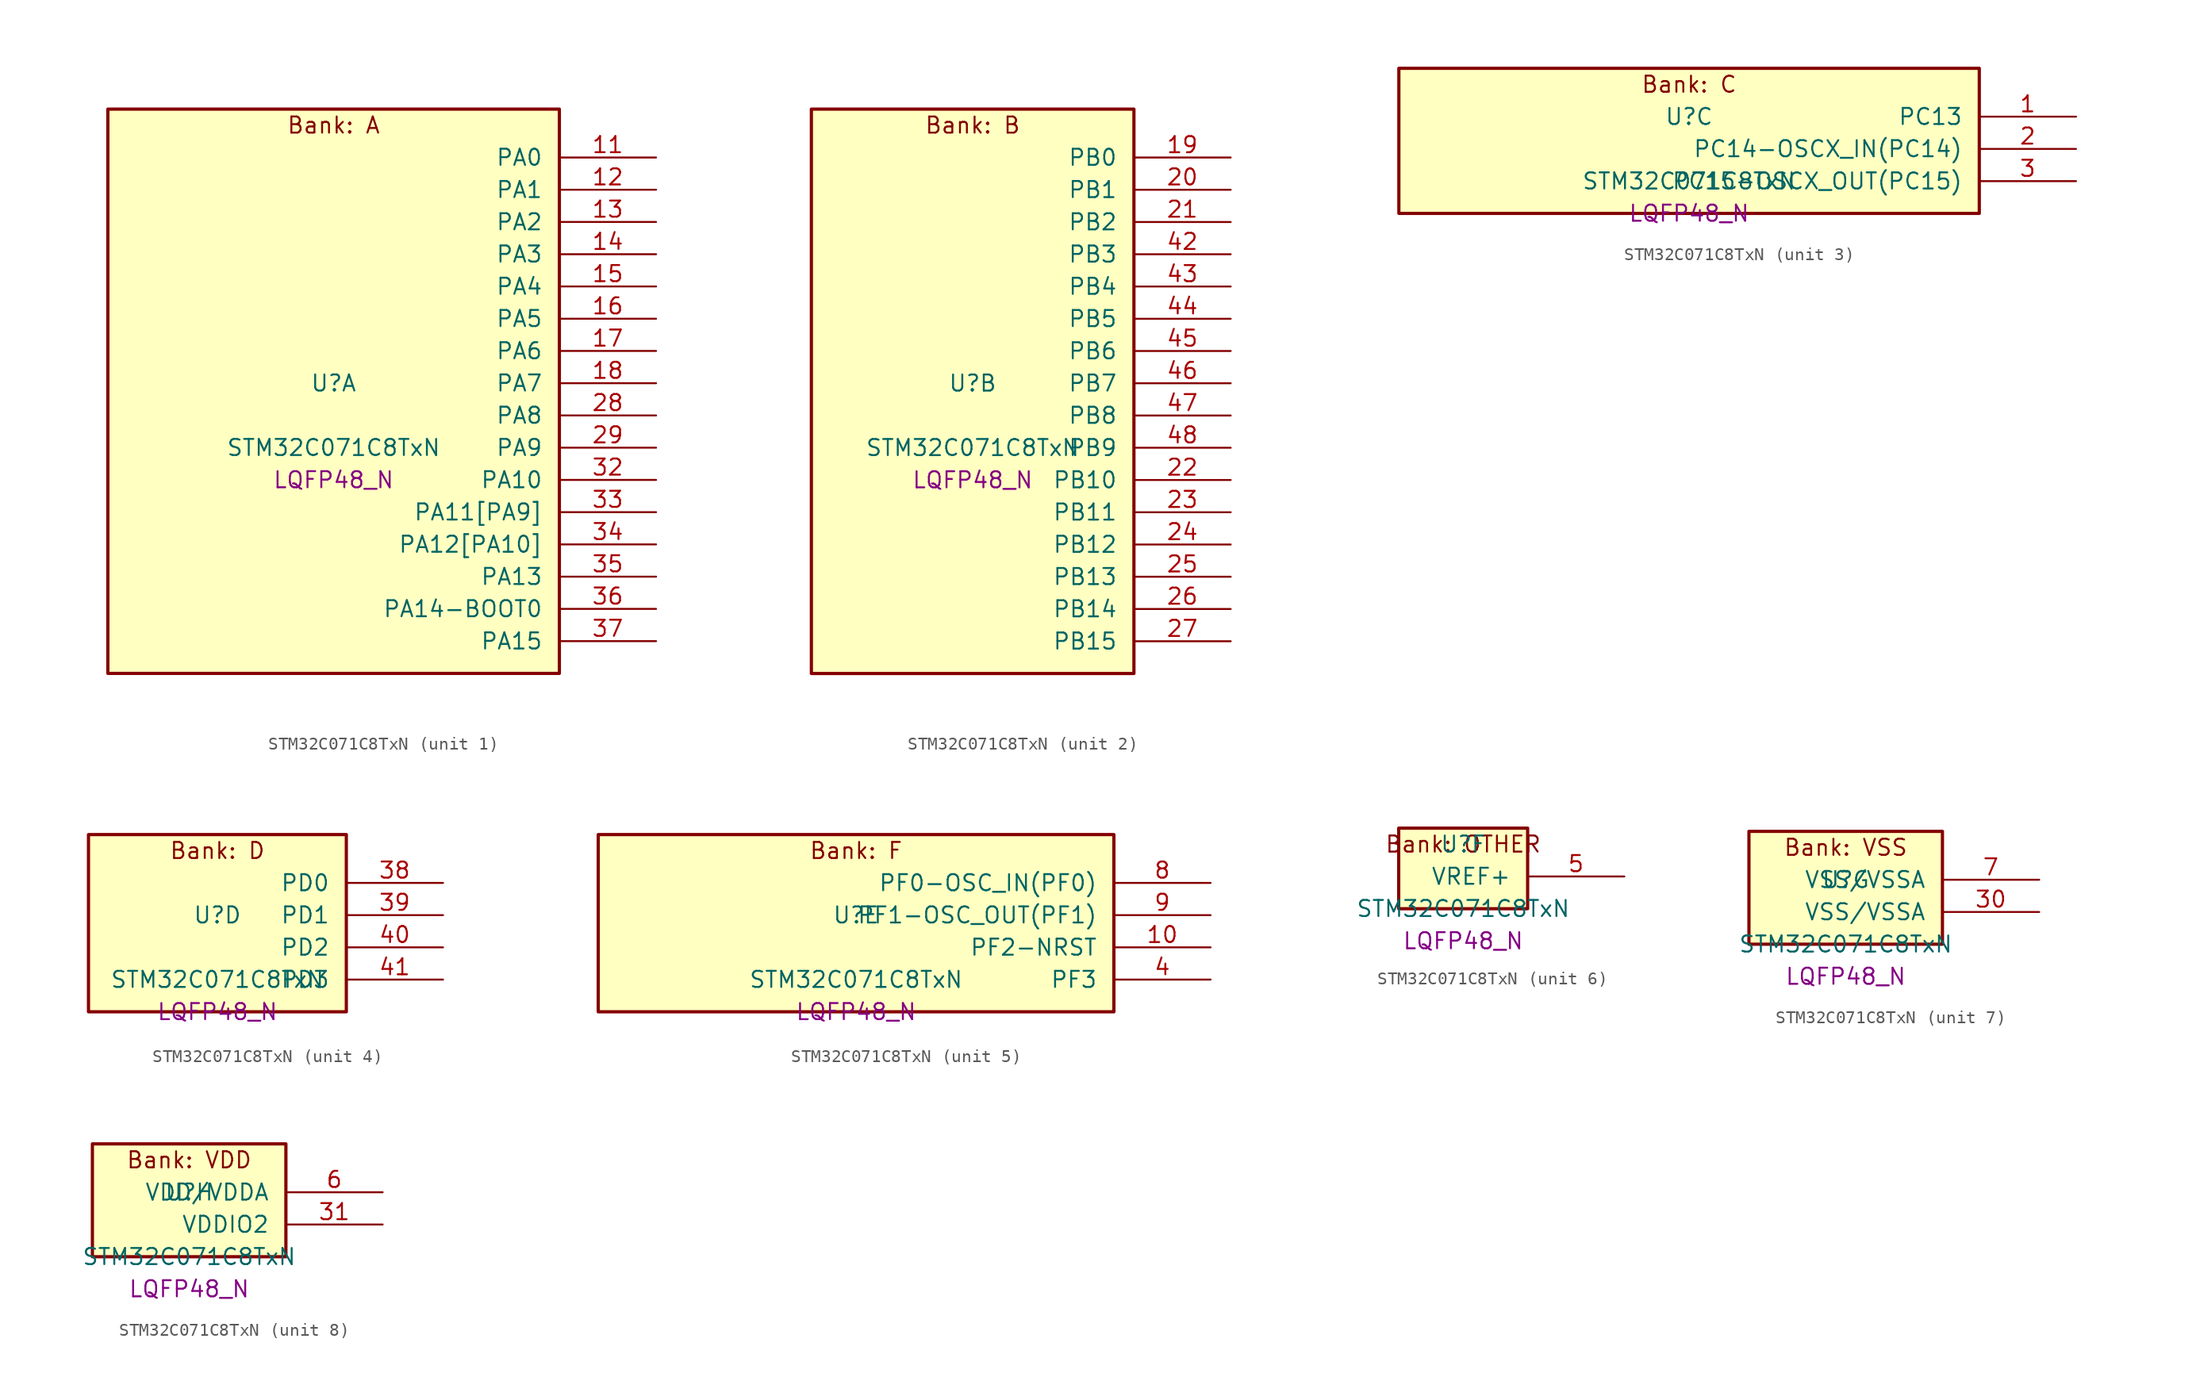
<source format=kicad_sym>
(kicad_symbol_lib
  (version 20241209)
  (generator "stm32_pkl_generator")
  (generator_version "1.0")
  (symbol "STM32C071C8TxN"
    (pin_names
      (offset 1.27))
    (property "Reference" "U"
      (at 0 2.54 0))
    (property "Value" "STM32C071C8TxN"
      (at 0 -2.54 0))
    (property "Footprint" "LQFP48_N"
      (at 0 -5.08 0))
    (symbol "STM32C071C8TxN_1_1"
      (rectangle (start -17.78 24.13) (end 17.78 -20.32) (stroke (width 0.254) (type solid)) (fill (type background)))
      (text "Bank: A" (at 0 22.86 0))
      (pin bidirectional line (at 25.4 20.32 180) (length 7.62) (name "PA0") (number "11") (alternate "PA0/ADC1_IN0" bidirectional line) (alternate "PA0/PWR_WKUP1" bidirectional line) (alternate "PA0/SPI2_SCK" bidirectional line) (alternate "PA0/TIM16_CH1" bidirectional line) (alternate "PA0/TIM1_CH1" bidirectional line) (alternate "PA0/TIM2_CH1" bidirectional line) (alternate "PA0/TIM2_ETR" bidirectional line) (alternate "PA0/USART1_TX" bidirectional line) (alternate "PA0/USART2_CTS" bidirectional line) (alternate "PA0/USART2_NSS" bidirectional line))
      (pin bidirectional line (at 25.4 17.78 180) (length 7.62) (name "PA1") (number "12") (alternate "PA1/ADC1_IN1" bidirectional line) (alternate "PA1/I2C1_SMBA" bidirectional line) (alternate "PA1/I2S1_CK" bidirectional line) (alternate "PA1/SPI1_SCK" bidirectional line) (alternate "PA1/TIM17_CH1" bidirectional line) (alternate "PA1/TIM1_CH2" bidirectional line) (alternate "PA1/TIM2_CH2" bidirectional line) (alternate "PA1/USART1_RX" bidirectional line) (alternate "PA1/USART2_CK" bidirectional line) (alternate "PA1/USART2_DE" bidirectional line) (alternate "PA1/USART2_RTS" bidirectional line))
      (pin bidirectional line (at 25.4 15.24 180) (length 7.62) (name "PA2") (number "13") (alternate "PA2/ADC1_IN2" bidirectional line) (alternate "PA2/I2S1_SD" bidirectional line) (alternate "PA2/PWR_WKUP4" bidirectional line) (alternate "PA2/RCC_LSCO" bidirectional line) (alternate "PA2/SPI1_MOSI" bidirectional line) (alternate "PA2/TIM16_CH1N" bidirectional line) (alternate "PA2/TIM1_CH3" bidirectional line) (alternate "PA2/TIM2_CH3" bidirectional line) (alternate "PA2/TIM3_ETR" bidirectional line) (alternate "PA2/USART2_TX" bidirectional line))
      (pin bidirectional line (at 25.4 12.7 180) (length 7.62) (name "PA3") (number "14") (alternate "PA3/ADC1_IN3" bidirectional line) (alternate "PA3/SPI2_MISO" bidirectional line) (alternate "PA3/TIM1_CH1N" bidirectional line) (alternate "PA3/TIM1_CH4" bidirectional line) (alternate "PA3/TIM2_CH4" bidirectional line) (alternate "PA3/USART2_RX" bidirectional line))
      (pin bidirectional line (at 25.4 10.16 180) (length 7.62) (name "PA4") (number "15") (alternate "PA4/ADC1_IN4" bidirectional line) (alternate "PA4/I2S1_WS" bidirectional line) (alternate "PA4/RTC_OUT2" bidirectional line) (alternate "PA4/SPI1_NSS" bidirectional line) (alternate "PA4/SPI2_MOSI" bidirectional line) (alternate "PA4/TIM14_CH1" bidirectional line) (alternate "PA4/TIM17_CH1N" bidirectional line) (alternate "PA4/TIM1_CH2N" bidirectional line) (alternate "PA4/USART2_TX" bidirectional line) (alternate "PA4/USB_NOE" bidirectional line))
      (pin bidirectional line (at 25.4 7.62 180) (length 7.62) (name "PA5") (number "16") (alternate "PA5/ADC1_IN5" bidirectional line) (alternate "PA5/I2S1_CK" bidirectional line) (alternate "PA5/SPI1_SCK" bidirectional line) (alternate "PA5/TIM1_CH1" bidirectional line) (alternate "PA5/TIM1_CH3N" bidirectional line) (alternate "PA5/TIM2_CH1" bidirectional line) (alternate "PA5/TIM2_ETR" bidirectional line) (alternate "PA5/USART2_RX" bidirectional line))
      (pin bidirectional line (at 25.4 5.08 180) (length 7.62) (name "PA6") (number "17") (alternate "PA6/ADC1_IN6" bidirectional line) (alternate "PA6/I2C2_SDA" bidirectional line) (alternate "PA6/I2S1_MCK" bidirectional line) (alternate "PA6/SPI1_MISO" bidirectional line) (alternate "PA6/TIM16_CH1" bidirectional line) (alternate "PA6/TIM1_BKIN" bidirectional line) (alternate "PA6/TIM3_CH1" bidirectional line))
      (pin bidirectional line (at 25.4 2.54 180) (length 7.62) (name "PA7") (number "18") (alternate "PA7/ADC1_IN7" bidirectional line) (alternate "PA7/I2C2_SCL" bidirectional line) (alternate "PA7/I2S1_SD" bidirectional line) (alternate "PA7/SPI1_MOSI" bidirectional line) (alternate "PA7/TIM14_CH1" bidirectional line) (alternate "PA7/TIM17_CH1" bidirectional line) (alternate "PA7/TIM1_CH1N" bidirectional line) (alternate "PA7/TIM3_CH2" bidirectional line))
      (pin bidirectional line (at 25.4 0 180) (length 7.62) (name "PA8") (number "28") (alternate "PA8/ADC1_IN8" bidirectional line) (alternate "PA8/CRS_SYNC" bidirectional line) (alternate "PA8/I2S1_WS" bidirectional line) (alternate "PA8/RCC_MCO" bidirectional line) (alternate "PA8/RCC_MCO_2" bidirectional line) (alternate "PA8/SPI1_NSS" bidirectional line) (alternate "PA8/SPI2_MISO" bidirectional line) (alternate "PA8/SPI2_NSS" bidirectional line) (alternate "PA8/TIM14_CH1" bidirectional line) (alternate "PA8/TIM1_CH1" bidirectional line) (alternate "PA8/TIM1_CH2N" bidirectional line) (alternate "PA8/TIM1_CH3N" bidirectional line) (alternate "PA8/TIM3_CH3" bidirectional line) (alternate "PA8/TIM3_CH4" bidirectional line) (alternate "PA8/USART1_RX" bidirectional line) (alternate "PA8/USART2_TX" bidirectional line))
      (pin bidirectional line (at 25.4 -2.54 180) (length 7.62) (name "PA9") (number "29") (alternate "PA9/I2C1_SCL" bidirectional line) (alternate "PA9/I2C2_SCL" bidirectional line) (alternate "PA9/RCC_MCO" bidirectional line) (alternate "PA9/SPI2_MISO" bidirectional line) (alternate "PA9/TIM1_CH2" bidirectional line) (alternate "PA9/TIM3_ETR" bidirectional line) (alternate "PA9/USART1_TX" bidirectional line) (alternate "PA9/NC" bidirectional line))
      (pin bidirectional line (at 25.4 -5.08 180) (length 7.62) (name "PA10") (number "32") (alternate "PA10/I2C1_SDA" bidirectional line) (alternate "PA10/I2C2_SDA" bidirectional line) (alternate "PA10/RCC_MCO_2" bidirectional line) (alternate "PA10/SPI2_MOSI" bidirectional line) (alternate "PA10/TIM17_BKIN" bidirectional line) (alternate "PA10/TIM1_CH3" bidirectional line) (alternate "PA10/USART1_RX" bidirectional line) (alternate "PA10/NC" bidirectional line))
      (pin bidirectional line (at 25.4 -7.62 180) (length 7.62) (name "PA11[PA9]") (number "33") (alternate "PA11[PA9]/ADC1_EXTI11" bidirectional line) (alternate "PA11[PA9]/I2C2_SCL" bidirectional line) (alternate "PA11[PA9]/I2S1_MCK" bidirectional line) (alternate "PA11[PA9]/SPI1_MISO" bidirectional line) (alternate "PA11[PA9]/TIM1_BKIN2" bidirectional line) (alternate "PA11[PA9]/TIM1_CH4" bidirectional line) (alternate "PA11[PA9]/USART1_CTS" bidirectional line) (alternate "PA11[PA9]/USART1_NSS" bidirectional line) (alternate "PA11[PA9]/USB_DM" bidirectional line) (alternate "PA11[PA9]/PA9[PA11]" bidirectional line) (alternate "PA11[PA9]/I2C1_SCL" bidirectional line) (alternate "PA11[PA9]/RCC_MCO" bidirectional line) (alternate "PA11[PA9]/SPI2_MISO" bidirectional line) (alternate "PA11[PA9]/TIM1_CH2" bidirectional line) (alternate "PA11[PA9]/TIM3_ETR" bidirectional line) (alternate "PA11[PA9]/USART1_TX" bidirectional line))
      (pin bidirectional line (at 25.4 -10.16 180) (length 7.62) (name "PA12[PA10]") (number "34") (alternate "PA12[PA10]/I2C2_SDA" bidirectional line) (alternate "PA12[PA10]/I2S1_SD" bidirectional line) (alternate "PA12[PA10]/I2S_CKIN" bidirectional line) (alternate "PA12[PA10]/SPI1_MOSI" bidirectional line) (alternate "PA12[PA10]/TIM1_ETR" bidirectional line) (alternate "PA12[PA10]/USART1_CK" bidirectional line) (alternate "PA12[PA10]/USART1_DE" bidirectional line) (alternate "PA12[PA10]/USART1_RTS" bidirectional line) (alternate "PA12[PA10]/USB_DP" bidirectional line) (alternate "PA12[PA10]/PA10[PA12]" bidirectional line) (alternate "PA12[PA10]/I2C1_SDA" bidirectional line) (alternate "PA12[PA10]/RCC_MCO_2" bidirectional line) (alternate "PA12[PA10]/SPI2_MOSI" bidirectional line) (alternate "PA12[PA10]/TIM17_BKIN" bidirectional line) (alternate "PA12[PA10]/TIM1_CH3" bidirectional line) (alternate "PA12[PA10]/USART1_RX" bidirectional line))
      (pin bidirectional line (at 25.4 -12.7 180) (length 7.62) (name "PA13") (number "35") (alternate "PA13/ADC1_IN13" bidirectional line) (alternate "PA13/DEBUG_SWDIO" bidirectional line) (alternate "PA13/IR_OUT" bidirectional line) (alternate "PA13/TIM3_ETR" bidirectional line) (alternate "PA13/USART2_RX" bidirectional line) (alternate "PA13/USB_NOE" bidirectional line))
      (pin bidirectional line (at 25.4 -15.24 180) (length 7.62) (name "PA14-BOOT0") (number "36") (alternate "PA14-BOOT0/ADC1_IN14" bidirectional line) (alternate "PA14-BOOT0/DEBUG_SWCLK" bidirectional line) (alternate "PA14-BOOT0/I2S1_WS" bidirectional line) (alternate "PA14-BOOT0/RCC_MCO_2" bidirectional line) (alternate "PA14-BOOT0/SPI1_NSS" bidirectional line) (alternate "PA14-BOOT0/TIM1_CH1" bidirectional line) (alternate "PA14-BOOT0/USART1_CK" bidirectional line) (alternate "PA14-BOOT0/USART1_DE" bidirectional line) (alternate "PA14-BOOT0/USART1_RTS" bidirectional line) (alternate "PA14-BOOT0/USART2_RX" bidirectional line) (alternate "PA14-BOOT0/USART2_TX" bidirectional line))
      (pin bidirectional line (at 25.4 -17.78 180) (length 7.62) (name "PA15") (number "37") (alternate "PA15/I2S1_WS" bidirectional line) (alternate "PA15/RCC_MCO_2" bidirectional line) (alternate "PA15/SPI1_NSS" bidirectional line) (alternate "PA15/TIM1_CH1" bidirectional line) (alternate "PA15/TIM2_CH1" bidirectional line) (alternate "PA15/TIM2_ETR" bidirectional line) (alternate "PA15/USART1_CK" bidirectional line) (alternate "PA15/USART1_DE" bidirectional line) (alternate "PA15/USART1_RTS" bidirectional line) (alternate "PA15/USART2_RX" bidirectional line) (alternate "PA15/USB_NOE" bidirectional line)))
    (symbol "STM32C071C8TxN_2_1"
      (rectangle (start -12.7 24.13) (end 12.7 -20.32) (stroke (width 0.254) (type solid)) (fill (type background)))
      (text "Bank: B" (at 0 22.86 0))
      (pin bidirectional line (at 20.32 20.32 180) (length 7.62) (name "PB0") (number "19") (alternate "PB0/ADC1_IN17" bidirectional line) (alternate "PB0/I2S1_WS" bidirectional line) (alternate "PB0/SPI1_NSS" bidirectional line) (alternate "PB0/TIM1_CH2N" bidirectional line) (alternate "PB0/TIM3_CH3" bidirectional line))
      (pin bidirectional line (at 20.32 17.78 180) (length 7.62) (name "PB1") (number "20") (alternate "PB1/ADC1_IN18" bidirectional line) (alternate "PB1/TIM14_CH1" bidirectional line) (alternate "PB1/TIM1_CH2N" bidirectional line) (alternate "PB1/TIM1_CH3N" bidirectional line) (alternate "PB1/TIM3_CH4" bidirectional line))
      (pin bidirectional line (at 20.32 15.24 180) (length 7.62) (name "PB2") (number "21") (alternate "PB2/ADC1_IN19" bidirectional line) (alternate "PB2/RCC_MCO_2" bidirectional line) (alternate "PB2/SPI2_MISO" bidirectional line) (alternate "PB2/USART1_RX" bidirectional line))
      (pin bidirectional line (at 20.32 12.7 180) (length 7.62) (name "PB3") (number "42") (alternate "PB3/I2C2_SCL" bidirectional line) (alternate "PB3/I2S1_CK" bidirectional line) (alternate "PB3/SPI1_SCK" bidirectional line) (alternate "PB3/TIM1_CH2" bidirectional line) (alternate "PB3/TIM2_CH2" bidirectional line) (alternate "PB3/TIM3_CH2" bidirectional line) (alternate "PB3/USART1_CK" bidirectional line) (alternate "PB3/USART1_DE" bidirectional line) (alternate "PB3/USART1_RTS" bidirectional line))
      (pin bidirectional line (at 20.32 10.16 180) (length 7.62) (name "PB4") (number "43") (alternate "PB4/I2C2_SDA" bidirectional line) (alternate "PB4/I2S1_MCK" bidirectional line) (alternate "PB4/SPI1_MISO" bidirectional line) (alternate "PB4/TIM17_BKIN" bidirectional line) (alternate "PB4/TIM3_CH1" bidirectional line) (alternate "PB4/USART1_CTS" bidirectional line) (alternate "PB4/USART1_NSS" bidirectional line))
      (pin bidirectional line (at 20.32 7.62 180) (length 7.62) (name "PB5") (number "44") (alternate "PB5/I2C1_SMBA" bidirectional line) (alternate "PB5/I2S1_SD" bidirectional line) (alternate "PB5/PWR_WKUP6" bidirectional line) (alternate "PB5/SPI1_MOSI" bidirectional line) (alternate "PB5/TIM16_BKIN" bidirectional line) (alternate "PB5/TIM3_CH2" bidirectional line) (alternate "PB5/TIM3_CH3" bidirectional line))
      (pin bidirectional line (at 20.32 5.08 180) (length 7.62) (name "PB6") (number "45") (alternate "PB6/I2C1_SCL" bidirectional line) (alternate "PB6/I2C1_SMBA" bidirectional line) (alternate "PB6/I2S1_CK" bidirectional line) (alternate "PB6/I2S1_MCK" bidirectional line) (alternate "PB6/I2S1_SD" bidirectional line) (alternate "PB6/PWR_WKUP3" bidirectional line) (alternate "PB6/SPI1_MISO" bidirectional line) (alternate "PB6/SPI1_MOSI" bidirectional line) (alternate "PB6/SPI1_SCK" bidirectional line) (alternate "PB6/SPI2_MISO" bidirectional line) (alternate "PB6/TIM16_BKIN" bidirectional line) (alternate "PB6/TIM16_CH1N" bidirectional line) (alternate "PB6/TIM17_BKIN" bidirectional line) (alternate "PB6/TIM1_CH2" bidirectional line) (alternate "PB6/TIM1_CH3" bidirectional line) (alternate "PB6/TIM3_CH1" bidirectional line) (alternate "PB6/TIM3_CH2" bidirectional line) (alternate "PB6/TIM3_CH3" bidirectional line) (alternate "PB6/USART1_CTS" bidirectional line) (alternate "PB6/USART1_NSS" bidirectional line) (alternate "PB6/USART1_TX" bidirectional line))
      (pin bidirectional line (at 20.32 2.54 180) (length 7.62) (name "PB7") (number "46") (alternate "PB7/I2C1_SCL" bidirectional line) (alternate "PB7/I2C1_SDA" bidirectional line) (alternate "PB7/SPI2_MOSI" bidirectional line) (alternate "PB7/TIM16_CH1" bidirectional line) (alternate "PB7/TIM17_CH1N" bidirectional line) (alternate "PB7/TIM1_CH4" bidirectional line) (alternate "PB7/TIM3_CH1" bidirectional line) (alternate "PB7/TIM3_CH4" bidirectional line) (alternate "PB7/USART1_RX" bidirectional line) (alternate "PB7/USART2_CTS" bidirectional line) (alternate "PB7/USART2_NSS" bidirectional line))
      (pin bidirectional line (at 20.32 0 180) (length 7.62) (name "PB8") (number "47") (alternate "PB8/I2C1_SCL" bidirectional line) (alternate "PB8/SPI2_SCK" bidirectional line) (alternate "PB8/TIM16_CH1" bidirectional line) (alternate "PB8/TIM3_CH1" bidirectional line) (alternate "PB8/USART2_CTS" bidirectional line) (alternate "PB8/USART2_NSS" bidirectional line))
      (pin bidirectional line (at 20.32 -2.54 180) (length 7.62) (name "PB9") (number "48") (alternate "PB9/I2C1_SDA" bidirectional line) (alternate "PB9/IR_OUT" bidirectional line) (alternate "PB9/SPI2_NSS" bidirectional line) (alternate "PB9/TIM17_CH1" bidirectional line) (alternate "PB9/TIM3_CH2" bidirectional line) (alternate "PB9/USART2_CK" bidirectional line) (alternate "PB9/USART2_DE" bidirectional line) (alternate "PB9/USART2_RTS" bidirectional line))
      (pin bidirectional line (at 20.32 -5.08 180) (length 7.62) (name "PB10") (number "22") (alternate "PB10/ADC1_IN20" bidirectional line) (alternate "PB10/I2C2_SCL" bidirectional line) (alternate "PB10/SPI2_SCK" bidirectional line) (alternate "PB10/TIM2_CH3" bidirectional line))
      (pin bidirectional line (at 20.32 -7.62 180) (length 7.62) (name "PB11") (number "23") (alternate "PB11/ADC1_EXTI11" bidirectional line) (alternate "PB11/ADC1_IN21" bidirectional line) (alternate "PB11/I2C2_SDA" bidirectional line) (alternate "PB11/SPI2_MOSI" bidirectional line) (alternate "PB11/TIM2_CH4" bidirectional line))
      (pin bidirectional line (at 20.32 -10.16 180) (length 7.62) (name "PB12") (number "24") (alternate "PB12/ADC1_IN22" bidirectional line) (alternate "PB12/SPI2_NSS" bidirectional line) (alternate "PB12/TIM1_BKIN" bidirectional line) (alternate "PB12/TIM1_BKIN2" bidirectional line))
      (pin bidirectional line (at 20.32 -12.7 180) (length 7.62) (name "PB13") (number "25") (alternate "PB13/I2C2_SCL" bidirectional line) (alternate "PB13/SPI2_SCK" bidirectional line) (alternate "PB13/TIM1_CH1N" bidirectional line))
      (pin bidirectional line (at 20.32 -15.24 180) (length 7.62) (name "PB14") (number "26") (alternate "PB14/I2C2_SDA" bidirectional line) (alternate "PB14/SPI2_MISO" bidirectional line) (alternate "PB14/TIM1_CH2N" bidirectional line))
      (pin bidirectional line (at 20.32 -17.78 180) (length 7.62) (name "PB15") (number "27") (alternate "PB15/RTC_REFIN" bidirectional line) (alternate "PB15/SPI2_MOSI" bidirectional line) (alternate "PB15/TIM1_CH3N" bidirectional line)))
    (symbol "STM32C071C8TxN_3_1"
      (rectangle (start -22.86 6.35) (end 22.86 -5.08) (stroke (width 0.254) (type solid)) (fill (type background)))
      (text "Bank: C" (at 0 5.08 0))
      (pin bidirectional line (at 30.48 2.54 180) (length 7.62) (name "PC13") (number "1") (alternate "PC13/PWR_WKUP2" bidirectional line) (alternate "PC13/RTC_OUT1" bidirectional line) (alternate "PC13/RTC_TS" bidirectional line) (alternate "PC13/TIM1_BKIN" bidirectional line) (alternate "PC13/TIM1_ETR" bidirectional line))
      (pin bidirectional line (at 30.48 0 180) (length 7.62) (name "PC14-OSCX_IN(PC14)") (number "2") (alternate "PC14-OSCX_IN(PC14)/I2C1_SDA" bidirectional line) (alternate "PC14-OSCX_IN(PC14)/IR_OUT" bidirectional line) (alternate "PC14-OSCX_IN(PC14)/RCC_OSCX_IN" bidirectional line) (alternate "PC14-OSCX_IN(PC14)/SPI2_NSS" bidirectional line) (alternate "PC14-OSCX_IN(PC14)/TIM17_CH1" bidirectional line) (alternate "PC14-OSCX_IN(PC14)/TIM1_BKIN2" bidirectional line) (alternate "PC14-OSCX_IN(PC14)/TIM1_ETR" bidirectional line) (alternate "PC14-OSCX_IN(PC14)/TIM3_CH2" bidirectional line) (alternate "PC14-OSCX_IN(PC14)/USART1_TX" bidirectional line) (alternate "PC14-OSCX_IN(PC14)/USART2_CK" bidirectional line) (alternate "PC14-OSCX_IN(PC14)/USART2_DE" bidirectional line) (alternate "PC14-OSCX_IN(PC14)/USART2_RTS" bidirectional line))
      (pin bidirectional line (at 30.48 -2.54 180) (length 7.62) (name "PC15-OSCX_OUT(PC15)") (number "3") (alternate "PC15-OSCX_OUT(PC15)/RCC_OSC32_EN" bidirectional line) (alternate "PC15-OSCX_OUT(PC15)/RCC_OSCX_OUT" bidirectional line) (alternate "PC15-OSCX_OUT(PC15)/RCC_OSC_EN" bidirectional line) (alternate "PC15-OSCX_OUT(PC15)/TIM1_ETR" bidirectional line) (alternate "PC15-OSCX_OUT(PC15)/TIM3_CH3" bidirectional line)))
    (symbol "STM32C071C8TxN_4_1"
      (rectangle (start -10.16 8.89) (end 10.16 -5.08) (stroke (width 0.254) (type solid)) (fill (type background)))
      (text "Bank: D" (at 0 7.62 0))
      (pin bidirectional line (at 17.78 5.08 180) (length 7.62) (name "PD0") (number "38") (alternate "PD0/SPI2_NSS" bidirectional line) (alternate "PD0/TIM16_CH1" bidirectional line))
      (pin bidirectional line (at 17.78 2.54 180) (length 7.62) (name "PD1") (number "39") (alternate "PD1/SPI2_SCK" bidirectional line) (alternate "PD1/TIM17_CH1" bidirectional line))
      (pin bidirectional line (at 17.78 0 180) (length 7.62) (name "PD2") (number "40") (alternate "PD2/TIM1_CH1N" bidirectional line) (alternate "PD2/TIM3_ETR" bidirectional line))
      (pin bidirectional line (at 17.78 -2.54 180) (length 7.62) (name "PD3") (number "41") (alternate "PD3/SPI2_MISO" bidirectional line) (alternate "PD3/TIM1_CH2N" bidirectional line) (alternate "PD3/USART2_CTS" bidirectional line) (alternate "PD3/USART2_NSS" bidirectional line)))
    (symbol "STM32C071C8TxN_5_1"
      (rectangle (start -20.32 8.89) (end 20.32 -5.08) (stroke (width 0.254) (type solid)) (fill (type background)))
      (text "Bank: F" (at 0 7.62 0))
      (pin bidirectional line (at 27.94 5.08 180) (length 7.62) (name "PF0-OSC_IN(PF0)") (number "8") (alternate "PF0-OSC_IN(PF0)/CRS_SYNC" bidirectional line) (alternate "PF0-OSC_IN(PF0)/RCC_OSC_IN" bidirectional line) (alternate "PF0-OSC_IN(PF0)/TIM14_CH1" bidirectional line))
      (pin bidirectional line (at 27.94 2.54 180) (length 7.62) (name "PF1-OSC_OUT(PF1)") (number "9") (alternate "PF1-OSC_OUT(PF1)/RCC_OSC_EN" bidirectional line) (alternate "PF1-OSC_OUT(PF1)/RCC_OSC_OUT" bidirectional line))
      (pin bidirectional line (at 27.94 0 180) (length 7.62) (name "PF2-NRST") (number "10") (alternate "PF2-NRST/RCC_MCO" bidirectional line) (alternate "PF2-NRST/TIM1_CH4" bidirectional line))
      (pin bidirectional line (at 27.94 -2.54 180) (length 7.62) (name "PF3") (number "4")))
    (symbol "STM32C071C8TxN_6_1"
      (rectangle (start -5.08 3.81) (end 5.08 -2.54) (stroke (width 0.254) (type solid)) (fill (type background)))
      (text "Bank: OTHER" (at 0 2.54 0))
      (pin bidirectional line (at 12.7 0 180) (length 7.62) (name "VREF+") (number "5")))
    (symbol "STM32C071C8TxN_7_1"
      (rectangle (start -7.62 6.35) (end 7.62 -2.54) (stroke (width 0.254) (type solid)) (fill (type background)))
      (text "Bank: VSS" (at 0 5.08 0))
      (pin power_in line (at 15.24 2.54 180) (length 7.62) (name "VSS/VSSA") (number "7"))
      (pin power_in line (at 15.24 0 180) (length 7.62) (name "VSS/VSSA") (number "30")))
    (symbol "STM32C071C8TxN_8_1"
      (rectangle (start -7.62 6.35) (end 7.62 -2.54) (stroke (width 0.254) (type solid)) (fill (type background)))
      (text "Bank: VDD" (at 0 5.08 0))
      (pin power_in line (at 15.24 2.54 180) (length 7.62) (name "VDD/VDDA") (number "6"))
      (pin power_in line (at 15.24 0 180) (length 7.62) (name "VDDIO2") (number "31")))))
</source>
